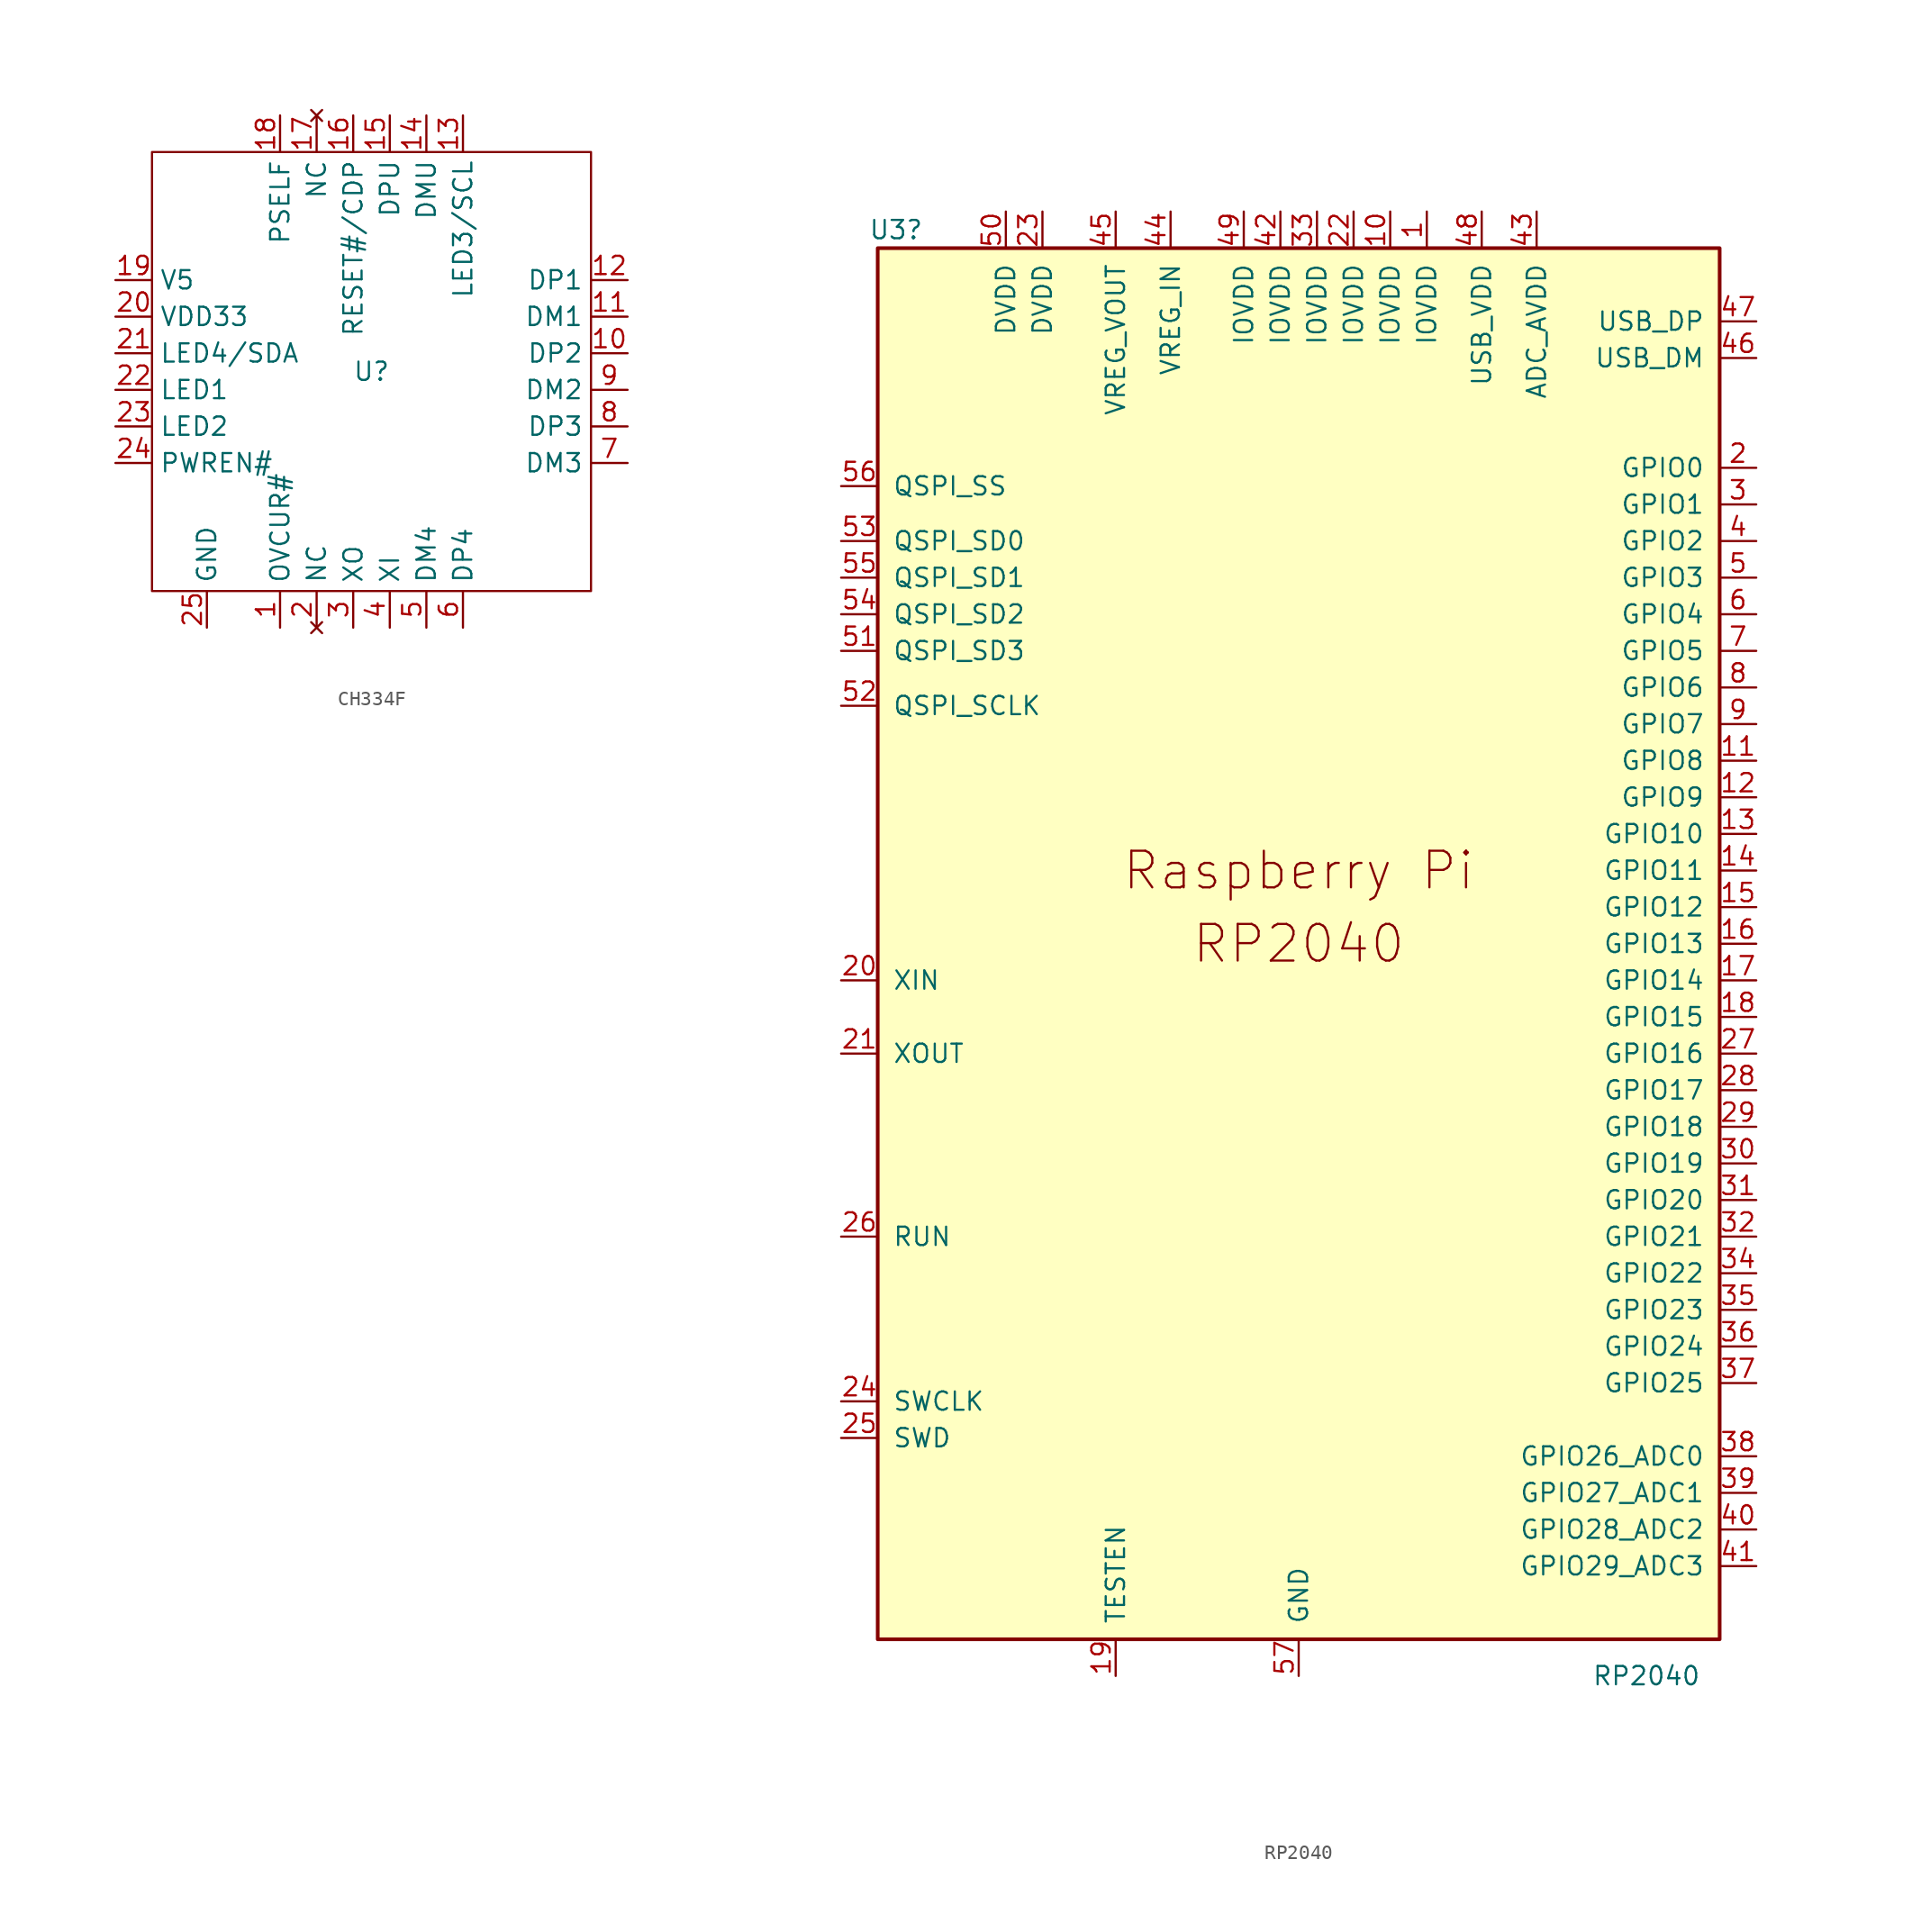
<source format=kicad_sym>
(kicad_symbol_lib
  (version 20220914)
  (generator kicad_symbol_editor)
  (symbol "CH334F"
    (property "Reference" "U"
      (at 0 0 0)
      (effects (font (size 1.27 1.27))))
    (property "Value" ""
      (at 0 0 0)
      (effects (font (size 1.27 1.27))))
    (symbol "CH334F_0_0"
      (pin input line (at -6.35 -17.78 90) (length 2.54) (name "OVCUR#" (effects (font (size 1.27 1.27)))) (number "1" (effects (font (size 1.27 1.27)))))
      (pin bidirectional line (at 17.78 1.27 180) (length 2.54) (name "DP2" (effects (font (size 1.27 1.27)))) (number "10" (effects (font (size 1.27 1.27)))))
      (pin bidirectional line (at 17.78 3.81 180) (length 2.54) (name "DM1" (effects (font (size 1.27 1.27)))) (number "11" (effects (font (size 1.27 1.27)))))
      (pin bidirectional line (at 17.78 6.35 180) (length 2.54) (name "DP1" (effects (font (size 1.27 1.27)))) (number "12" (effects (font (size 1.27 1.27)))))
      (pin bidirectional line (at 6.35 17.78 270) (length 2.54) (name "LED3/SCL" (effects (font (size 1.27 1.27)))) (number "13" (effects (font (size 1.27 1.27)))))
      (pin bidirectional line (at 3.81 17.78 270) (length 2.54) (name "DMU" (effects (font (size 1.27 1.27)))) (number "14" (effects (font (size 1.27 1.27)))))
      (pin bidirectional line (at 1.27 17.78 270) (length 2.54) (name "DPU" (effects (font (size 1.27 1.27)))) (number "15" (effects (font (size 1.27 1.27)))))
      (pin input line (at -1.27 17.78 270) (length 2.54) (name "RESET#/CDP" (effects (font (size 1.27 1.27)))) (number "16" (effects (font (size 1.27 1.27)))))
      (pin no_connect line (at -3.81 17.78 270) (length 2.54) (name "NC" (effects (font (size 1.27 1.27)))) (number "17" (effects (font (size 1.27 1.27)))))
      (pin bidirectional line (at -6.35 17.78 270) (length 2.54) (name "PSELF" (effects (font (size 1.27 1.27)))) (number "18" (effects (font (size 1.27 1.27)))))
      (pin no_connect line (at -3.81 -17.78 90) (length 2.54) (name "NC" (effects (font (size 1.27 1.27)))) (number "2" (effects (font (size 1.27 1.27)))))
      (pin power_in line (at -17.78 3.81 0) (length 2.54) (name "VDD33" (effects (font (size 1.27 1.27)))) (number "20" (effects (font (size 1.27 1.27)))))
      (pin bidirectional line (at -17.78 1.27 0) (length 2.54) (name "LED4/SDA" (effects (font (size 1.27 1.27)))) (number "21" (effects (font (size 1.27 1.27)))))
      (pin output line (at -17.78 -1.27 0) (length 2.54) (name "LED1" (effects (font (size 1.27 1.27)))) (number "22" (effects (font (size 1.27 1.27)))))
      (pin output line (at -17.78 -3.81 0) (length 2.54) (name "LED2" (effects (font (size 1.27 1.27)))) (number "23" (effects (font (size 1.27 1.27)))))
      (pin input line (at -17.78 -6.35 0) (length 2.54) (name "PWREN#" (effects (font (size 1.27 1.27)))) (number "24" (effects (font (size 1.27 1.27)))))
      (pin bidirectional line (at -1.27 -17.78 90) (length 2.54) (name "XO" (effects (font (size 1.27 1.27)))) (number "3" (effects (font (size 1.27 1.27)))))
      (pin bidirectional line (at 1.27 -17.78 90) (length 2.54) (name "XI" (effects (font (size 1.27 1.27)))) (number "4" (effects (font (size 1.27 1.27)))))
      (pin bidirectional line (at 3.81 -17.78 90) (length 2.54) (name "DM4" (effects (font (size 1.27 1.27)))) (number "5" (effects (font (size 1.27 1.27)))))
      (pin bidirectional line (at 6.35 -17.78 90) (length 2.54) (name "DP4" (effects (font (size 1.27 1.27)))) (number "6" (effects (font (size 1.27 1.27)))))
      (pin bidirectional line (at 17.78 -6.35 180) (length 2.54) (name "DM3" (effects (font (size 1.27 1.27)))) (number "7" (effects (font (size 1.27 1.27)))))
      (pin bidirectional line (at 17.78 -3.81 180) (length 2.54) (name "DP3" (effects (font (size 1.27 1.27)))) (number "8" (effects (font (size 1.27 1.27)))))
      (pin bidirectional line (at 17.78 -1.27 180) (length 2.54) (name "DM2" (effects (font (size 1.27 1.27)))) (number "9" (effects (font (size 1.27 1.27))))))
    (symbol "CH334F_0_1"
      (rectangle (start -15.24 15.24) (end 15.24 -15.24) (stroke (width 0) (type default)) (fill (type none))))
    (symbol "CH334F_1_0"
      (pin power_in line (at -17.78 6.35 0) (length 2.54) (name "V5" (effects (font (size 1.27 1.27)))) (number "19" (effects (font (size 1.27 1.27)))))
      (pin power_in line (at -11.43 -17.78 90) (length 2.54) (name "GND" (effects (font (size 1.27 1.27)))) (number "25" (effects (font (size 1.27 1.27)))))))
  (symbol "RP2040"
    (pin_names
      (offset 1.016))
    (property "Reference" "U3"
      (at -27.94 49.53 0)
      (effects (font (size 1.27 1.27))))
    (property "Value" "RP2040"
      (at 24.13 -50.8 0)
      (effects (font (size 1.27 1.27))))
    (symbol "RP2040_0_0"
      (text "Raspberry Pi" (at 0 5.08 0) (effects (font (size 2.54 2.54))))
      (text "RP2040" (at 0 0 0) (effects (font (size 2.54 2.54)))))
    (symbol "RP2040_0_1"
      (rectangle (start 29.21 48.26) (end -29.21 -48.26) (stroke (width 0.254) (type solid)) (fill (type background))))
    (symbol "RP2040_1_1"
      (pin power_in line (at 8.89 50.8 270) (length 2.54) (name "IOVDD" (effects (font (size 1.27 1.27)))) (number "1" (effects (font (size 1.27 1.27)))))
      (pin power_in line (at 6.35 50.8 270) (length 2.54) (name "IOVDD" (effects (font (size 1.27 1.27)))) (number "10" (effects (font (size 1.27 1.27)))))
      (pin bidirectional line (at 31.75 12.7 180) (length 2.54) (name "GPIO8" (effects (font (size 1.27 1.27)))) (number "11" (effects (font (size 1.27 1.27)))))
      (pin bidirectional line (at 31.75 10.16 180) (length 2.54) (name "GPIO9" (effects (font (size 1.27 1.27)))) (number "12" (effects (font (size 1.27 1.27)))))
      (pin bidirectional line (at 31.75 7.62 180) (length 2.54) (name "GPIO10" (effects (font (size 1.27 1.27)))) (number "13" (effects (font (size 1.27 1.27)))))
      (pin bidirectional line (at 31.75 5.08 180) (length 2.54) (name "GPIO11" (effects (font (size 1.27 1.27)))) (number "14" (effects (font (size 1.27 1.27)))))
      (pin bidirectional line (at 31.75 2.54 180) (length 2.54) (name "GPIO12" (effects (font (size 1.27 1.27)))) (number "15" (effects (font (size 1.27 1.27)))))
      (pin bidirectional line (at 31.75 0 180) (length 2.54) (name "GPIO13" (effects (font (size 1.27 1.27)))) (number "16" (effects (font (size 1.27 1.27)))))
      (pin bidirectional line (at 31.75 -2.54 180) (length 2.54) (name "GPIO14" (effects (font (size 1.27 1.27)))) (number "17" (effects (font (size 1.27 1.27)))))
      (pin bidirectional line (at 31.75 -5.08 180) (length 2.54) (name "GPIO15" (effects (font (size 1.27 1.27)))) (number "18" (effects (font (size 1.27 1.27)))))
      (pin passive line (at -12.7 -50.8 90) (length 2.54) (name "TESTEN" (effects (font (size 1.27 1.27)))) (number "19" (effects (font (size 1.27 1.27)))))
      (pin bidirectional line (at 31.75 33.02 180) (length 2.54) (name "GPIO0" (effects (font (size 1.27 1.27)))) (number "2" (effects (font (size 1.27 1.27)))))
      (pin input line (at -31.75 -2.54 0) (length 2.54) (name "XIN" (effects (font (size 1.27 1.27)))) (number "20" (effects (font (size 1.27 1.27)))))
      (pin passive line (at -31.75 -7.62 0) (length 2.54) (name "XOUT" (effects (font (size 1.27 1.27)))) (number "21" (effects (font (size 1.27 1.27)))))
      (pin power_in line (at 3.81 50.8 270) (length 2.54) (name "IOVDD" (effects (font (size 1.27 1.27)))) (number "22" (effects (font (size 1.27 1.27)))))
      (pin power_in line (at -17.78 50.8 270) (length 2.54) (name "DVDD" (effects (font (size 1.27 1.27)))) (number "23" (effects (font (size 1.27 1.27)))))
      (pin output line (at -31.75 -31.75 0) (length 2.54) (name "SWCLK" (effects (font (size 1.27 1.27)))) (number "24" (effects (font (size 1.27 1.27)))))
      (pin bidirectional line (at -31.75 -34.29 0) (length 2.54) (name "SWD" (effects (font (size 1.27 1.27)))) (number "25" (effects (font (size 1.27 1.27)))))
      (pin input line (at -31.75 -20.32 0) (length 2.54) (name "RUN" (effects (font (size 1.27 1.27)))) (number "26" (effects (font (size 1.27 1.27)))))
      (pin bidirectional line (at 31.75 -7.62 180) (length 2.54) (name "GPIO16" (effects (font (size 1.27 1.27)))) (number "27" (effects (font (size 1.27 1.27)))))
      (pin bidirectional line (at 31.75 -10.16 180) (length 2.54) (name "GPIO17" (effects (font (size 1.27 1.27)))) (number "28" (effects (font (size 1.27 1.27)))))
      (pin bidirectional line (at 31.75 -12.7 180) (length 2.54) (name "GPIO18" (effects (font (size 1.27 1.27)))) (number "29" (effects (font (size 1.27 1.27)))))
      (pin bidirectional line (at 31.75 30.48 180) (length 2.54) (name "GPIO1" (effects (font (size 1.27 1.27)))) (number "3" (effects (font (size 1.27 1.27)))))
      (pin bidirectional line (at 31.75 -15.24 180) (length 2.54) (name "GPIO19" (effects (font (size 1.27 1.27)))) (number "30" (effects (font (size 1.27 1.27)))))
      (pin bidirectional line (at 31.75 -17.78 180) (length 2.54) (name "GPIO20" (effects (font (size 1.27 1.27)))) (number "31" (effects (font (size 1.27 1.27)))))
      (pin bidirectional line (at 31.75 -20.32 180) (length 2.54) (name "GPIO21" (effects (font (size 1.27 1.27)))) (number "32" (effects (font (size 1.27 1.27)))))
      (pin power_in line (at 1.27 50.8 270) (length 2.54) (name "IOVDD" (effects (font (size 1.27 1.27)))) (number "33" (effects (font (size 1.27 1.27)))))
      (pin bidirectional line (at 31.75 -22.86 180) (length 2.54) (name "GPIO22" (effects (font (size 1.27 1.27)))) (number "34" (effects (font (size 1.27 1.27)))))
      (pin bidirectional line (at 31.75 -25.4 180) (length 2.54) (name "GPIO23" (effects (font (size 1.27 1.27)))) (number "35" (effects (font (size 1.27 1.27)))))
      (pin bidirectional line (at 31.75 -27.94 180) (length 2.54) (name "GPIO24" (effects (font (size 1.27 1.27)))) (number "36" (effects (font (size 1.27 1.27)))))
      (pin bidirectional line (at 31.75 -30.48 180) (length 2.54) (name "GPIO25" (effects (font (size 1.27 1.27)))) (number "37" (effects (font (size 1.27 1.27)))))
      (pin bidirectional line (at 31.75 -35.56 180) (length 2.54) (name "GPIO26_ADC0" (effects (font (size 1.27 1.27)))) (number "38" (effects (font (size 1.27 1.27)))))
      (pin bidirectional line (at 31.75 -38.1 180) (length 2.54) (name "GPIO27_ADC1" (effects (font (size 1.27 1.27)))) (number "39" (effects (font (size 1.27 1.27)))))
      (pin bidirectional line (at 31.75 27.94 180) (length 2.54) (name "GPIO2" (effects (font (size 1.27 1.27)))) (number "4" (effects (font (size 1.27 1.27)))))
      (pin bidirectional line (at 31.75 -40.64 180) (length 2.54) (name "GPIO28_ADC2" (effects (font (size 1.27 1.27)))) (number "40" (effects (font (size 1.27 1.27)))))
      (pin bidirectional line (at 31.75 -43.18 180) (length 2.54) (name "GPIO29_ADC3" (effects (font (size 1.27 1.27)))) (number "41" (effects (font (size 1.27 1.27)))))
      (pin power_in line (at -1.27 50.8 270) (length 2.54) (name "IOVDD" (effects (font (size 1.27 1.27)))) (number "42" (effects (font (size 1.27 1.27)))))
      (pin power_in line (at 16.51 50.8 270) (length 2.54) (name "ADC_AVDD" (effects (font (size 1.27 1.27)))) (number "43" (effects (font (size 1.27 1.27)))))
      (pin power_in line (at -8.89 50.8 270) (length 2.54) (name "VREG_IN" (effects (font (size 1.27 1.27)))) (number "44" (effects (font (size 1.27 1.27)))))
      (pin power_out line (at -12.7 50.8 270) (length 2.54) (name "VREG_VOUT" (effects (font (size 1.27 1.27)))) (number "45" (effects (font (size 1.27 1.27)))))
      (pin bidirectional line (at 31.75 40.64 180) (length 2.54) (name "USB_DM" (effects (font (size 1.27 1.27)))) (number "46" (effects (font (size 1.27 1.27)))))
      (pin bidirectional line (at 31.75 43.18 180) (length 2.54) (name "USB_DP" (effects (font (size 1.27 1.27)))) (number "47" (effects (font (size 1.27 1.27)))))
      (pin power_in line (at 12.7 50.8 270) (length 2.54) (name "USB_VDD" (effects (font (size 1.27 1.27)))) (number "48" (effects (font (size 1.27 1.27)))))
      (pin power_in line (at -3.81 50.8 270) (length 2.54) (name "IOVDD" (effects (font (size 1.27 1.27)))) (number "49" (effects (font (size 1.27 1.27)))))
      (pin bidirectional line (at 31.75 25.4 180) (length 2.54) (name "GPIO3" (effects (font (size 1.27 1.27)))) (number "5" (effects (font (size 1.27 1.27)))))
      (pin power_in line (at -20.32 50.8 270) (length 2.54) (name "DVDD" (effects (font (size 1.27 1.27)))) (number "50" (effects (font (size 1.27 1.27)))))
      (pin bidirectional line (at -31.75 20.32 0) (length 2.54) (name "QSPI_SD3" (effects (font (size 1.27 1.27)))) (number "51" (effects (font (size 1.27 1.27)))))
      (pin output line (at -31.75 16.51 0) (length 2.54) (name "QSPI_SCLK" (effects (font (size 1.27 1.27)))) (number "52" (effects (font (size 1.27 1.27)))))
      (pin bidirectional line (at -31.75 27.94 0) (length 2.54) (name "QSPI_SD0" (effects (font (size 1.27 1.27)))) (number "53" (effects (font (size 1.27 1.27)))))
      (pin bidirectional line (at -31.75 22.86 0) (length 2.54) (name "QSPI_SD2" (effects (font (size 1.27 1.27)))) (number "54" (effects (font (size 1.27 1.27)))))
      (pin bidirectional line (at -31.75 25.4 0) (length 2.54) (name "QSPI_SD1" (effects (font (size 1.27 1.27)))) (number "55" (effects (font (size 1.27 1.27)))))
      (pin bidirectional line (at -31.75 31.75 0) (length 2.54) (name "QSPI_SS" (effects (font (size 1.27 1.27)))) (number "56" (effects (font (size 1.27 1.27)))))
      (pin power_in line (at 0 -50.8 90) (length 2.54) (name "GND" (effects (font (size 1.27 1.27)))) (number "57" (effects (font (size 1.27 1.27)))))
      (pin bidirectional line (at 31.75 22.86 180) (length 2.54) (name "GPIO4" (effects (font (size 1.27 1.27)))) (number "6" (effects (font (size 1.27 1.27)))))
      (pin bidirectional line (at 31.75 20.32 180) (length 2.54) (name "GPIO5" (effects (font (size 1.27 1.27)))) (number "7" (effects (font (size 1.27 1.27)))))
      (pin bidirectional line (at 31.75 17.78 180) (length 2.54) (name "GPIO6" (effects (font (size 1.27 1.27)))) (number "8" (effects (font (size 1.27 1.27)))))
      (pin bidirectional line (at 31.75 15.24 180) (length 2.54) (name "GPIO7" (effects (font (size 1.27 1.27)))) (number "9" (effects (font (size 1.27 1.27))))))))
</source>
